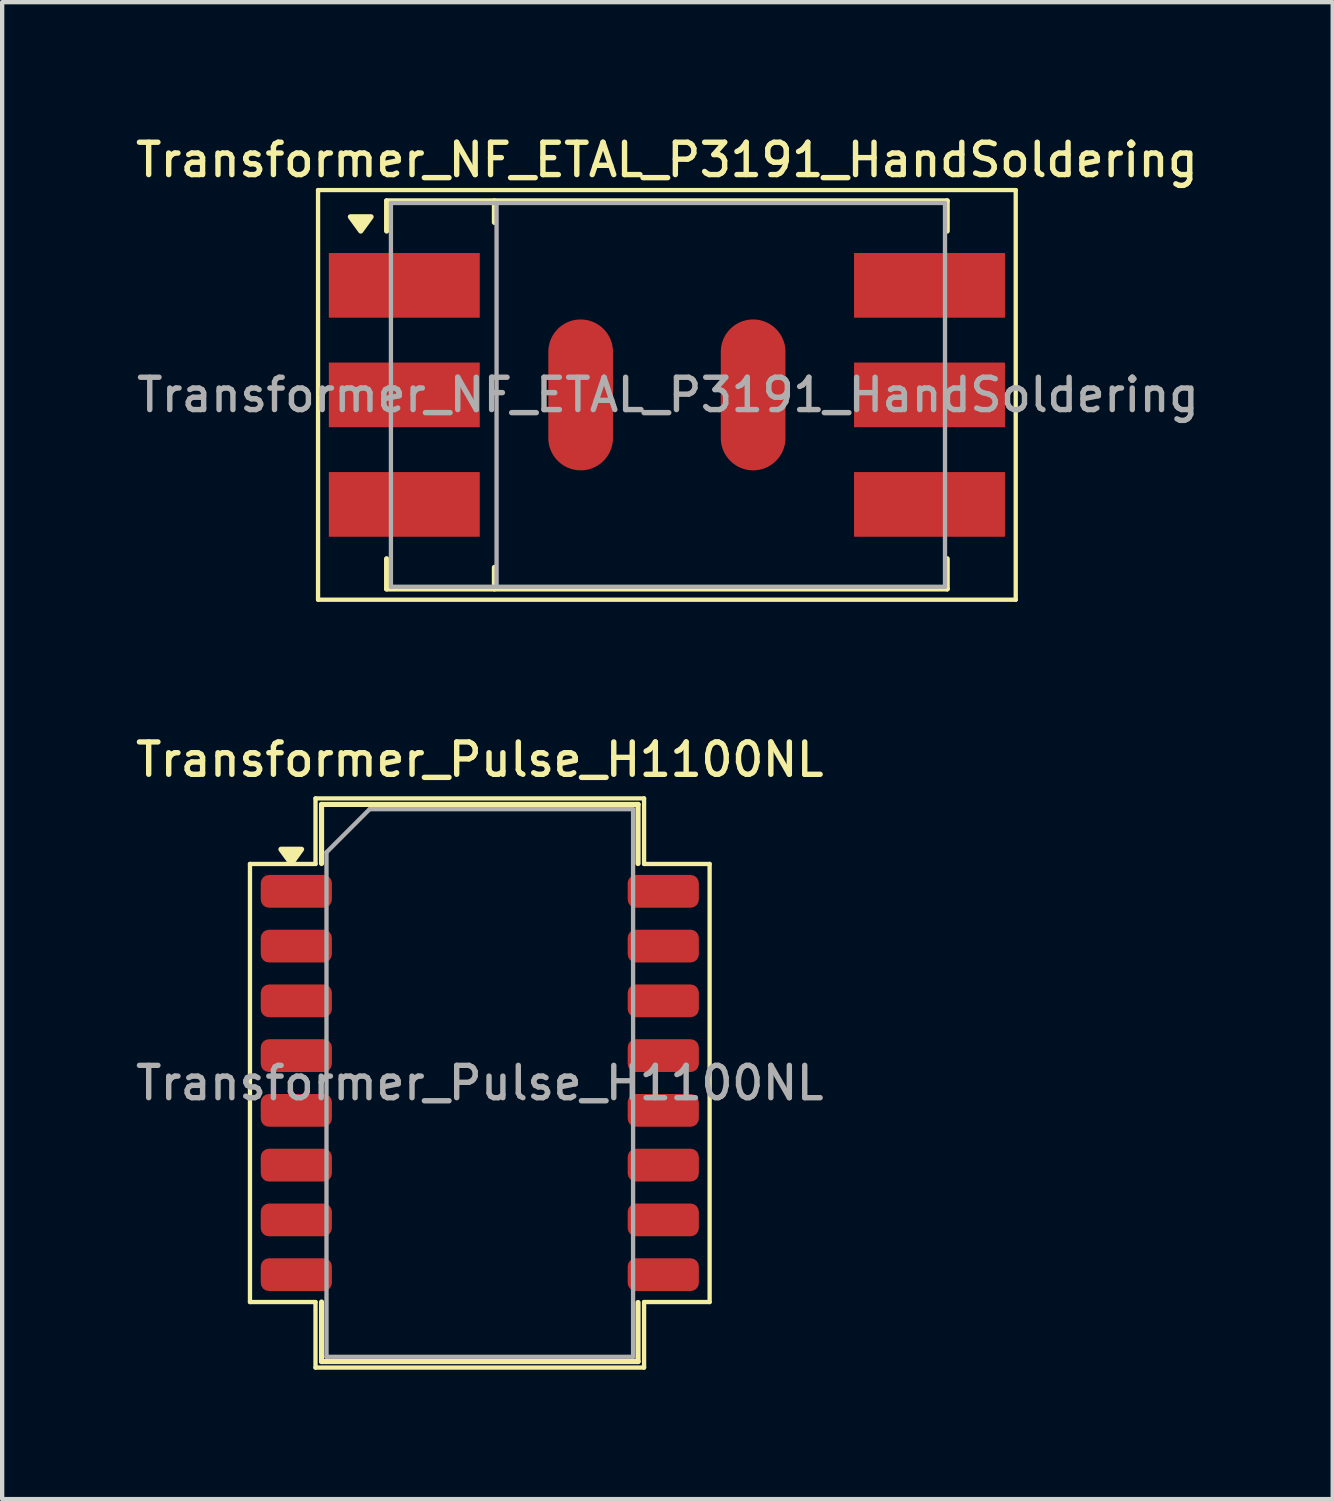
<source format=kicad_pcb>
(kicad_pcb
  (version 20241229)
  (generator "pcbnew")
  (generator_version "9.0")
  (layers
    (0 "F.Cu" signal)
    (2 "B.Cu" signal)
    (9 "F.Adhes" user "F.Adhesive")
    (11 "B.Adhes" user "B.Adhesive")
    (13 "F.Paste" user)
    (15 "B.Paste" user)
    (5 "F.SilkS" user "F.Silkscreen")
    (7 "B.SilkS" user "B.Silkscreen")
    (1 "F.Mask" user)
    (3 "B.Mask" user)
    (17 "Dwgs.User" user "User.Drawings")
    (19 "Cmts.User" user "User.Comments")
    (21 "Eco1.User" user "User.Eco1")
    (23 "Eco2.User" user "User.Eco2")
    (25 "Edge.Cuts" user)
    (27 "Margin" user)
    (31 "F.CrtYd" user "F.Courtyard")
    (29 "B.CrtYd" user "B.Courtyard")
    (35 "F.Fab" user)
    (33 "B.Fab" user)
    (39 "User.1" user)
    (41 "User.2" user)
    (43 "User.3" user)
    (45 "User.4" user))
  (footprint "Transformer_NF_ETAL_P3191_HandSoldering"
    (layer "F.Cu")
    (at 12.416 6.108)
    (property "Reference" "Transformer_NF_ETAL_P3191_HandSoldering" (at 0 -5.45 0) (layer "F.SilkS") (effects (font (size 0.75 0.75) (thickness 0.125))))
    (attr smd)
    (fp_line (start -8.09 -4.75) (end -8.09 4.75) (stroke (width 0.1) (type solid)) (layer "F.SilkS"))
    (fp_line (start -8.09 -4.75) (end 8.09 -4.75) (stroke (width 0.1) (type solid)) (layer "F.SilkS"))
    (fp_line (start -6.5 -4.5) (end -6.5 -3.8) (stroke (width 0.12) (type solid)) (layer "F.SilkS"))
    (fp_line (start -6.5 3.8) (end -6.5 4.5) (stroke (width 0.12) (type solid)) (layer "F.SilkS"))
    (fp_line (start -6.5 4.5) (end 6.5 4.5) (stroke (width 0.12) (type solid)) (layer "F.SilkS"))
    (fp_line (start -4 -4.5) (end -4 -4) (stroke (width 0.12) (type solid)) (layer "F.SilkS"))
    (fp_line (start -4 4.5) (end -4 4) (stroke (width 0.12) (type solid)) (layer "F.SilkS"))
    (fp_line (start 6.5 -4.5) (end -6.5 -4.5) (stroke (width 0.12) (type solid)) (layer "F.SilkS"))
    (fp_line (start 6.5 -4.5) (end 6.5 -3.8) (stroke (width 0.12) (type solid)) (layer "F.SilkS"))
    (fp_line (start 6.5 3.8) (end 6.5 4.5) (stroke (width 0.12) (type solid)) (layer "F.SilkS"))
    (fp_line (start 8.09 4.75) (end -8.09 4.75) (stroke (width 0.1) (type solid)) (layer "F.SilkS"))
    (fp_line (start 8.09 4.75) (end 8.09 -4.75) (stroke (width 0.1) (type solid)) (layer "F.SilkS"))
    (fp_poly (pts (xy -7.1 -3.8) (xy -7.34 -4.13) (xy -6.86 -4.13) (xy -7.1 -3.8)) (stroke (width 0.12) (type solid)) (fill yes) (layer "F.SilkS"))
    (fp_line (start -6.4 -4.45) (end -6.4 4.45) (stroke (width 0.1) (type solid)) (layer "F.Fab"))
    (fp_line (start -6.4 4.45) (end 6.45 4.45) (stroke (width 0.1) (type solid)) (layer "F.Fab"))
    (fp_line (start -3.95 -4.45) (end -3.95 4.45) (stroke (width 0.1) (type solid)) (layer "F.Fab"))
    (fp_line (start 6.45 -4.45) (end -6.4 -4.45) (stroke (width 0.1) (type solid)) (layer "F.Fab"))
    (fp_line (start 6.45 4.45) (end 6.45 -4.45) (stroke (width 0.1) (type solid)) (layer "F.Fab"))
    (fp_text user "${REFERENCE}" (at 0.025 0 0) (layer "F.Fab") (effects (font (size 0.75 0.75) (thickness 0.125))))
    (pad "1" smd rect (at -6.09 -2.54) (size 3.5 1.5) (layers "F.Cu" "F.Mask" "F.Paste"))
    (pad "2" smd rect (at -6.09 0) (size 3.5 1.5) (layers "F.Cu" "F.Mask" "F.Paste"))
    (pad "2" smd rect (at -6.09 2.54) (size 3.5 1.5) (layers "F.Cu" "F.Mask" "F.Paste"))
    (pad "3" smd rect (at 6.09 2.54) (size 3.5 1.5) (layers "F.Cu" "F.Mask" "F.Paste"))
    (pad "4" smd rect (at 6.09 0) (size 3.5 1.5) (layers "F.Cu" "F.Mask" "F.Paste"))
    (pad "5" smd rect (at 6.09 -2.54) (size 3.5 1.5) (layers "F.Cu" "F.Mask" "F.Paste"))
    (pad "7" smd oval (at -2 0 90) (size 3.5 1.5) (layers "F.Cu" "F.Mask" "F.Paste"))
    (pad "7" smd oval (at 2 0 90) (size 3.5 1.5) (layers "F.Cu" "F.Mask" "F.Paste")))
  (footprint "Transformer_Pulse_H1100NL"
    (layer "F.Cu")
    (at 8.077 22.066)
    (property "Reference" "Transformer_Pulse_H1100NL" (at 0 -7.5 0) (layer "F.SilkS") (effects (font (size 0.75 0.75) (thickness 0.125))))
    (attr smd)
    (fp_line (start -5.33 -5.08) (end -3.81 -5.08) (stroke (width 0.1) (type solid)) (layer "F.SilkS"))
    (fp_line (start -5.33 5.08) (end -5.33 -5.08) (stroke (width 0.1) (type solid)) (layer "F.SilkS"))
    (fp_line (start -5.33 5.08) (end -3.81 5.08) (stroke (width 0.1) (type solid)) (layer "F.SilkS"))
    (fp_line (start -3.81 -6.6) (end -3.81 -5.08) (stroke (width 0.1) (type solid)) (layer "F.SilkS"))
    (fp_line (start -3.81 -6.6) (end 3.81 -6.6) (stroke (width 0.1) (type solid)) (layer "F.SilkS"))
    (fp_line (start -3.81 6.6) (end -3.81 5.08) (stroke (width 0.1) (type solid)) (layer "F.SilkS"))
    (fp_line (start -3.81 6.6) (end 3.81 6.6) (stroke (width 0.1) (type solid)) (layer "F.SilkS"))
    (fp_line (start -3.67 -6.46) (end -3.67 -5.09) (stroke (width 0.12) (type solid)) (layer "F.SilkS"))
    (fp_line (start -3.67 6.46) (end -3.67 5.08) (stroke (width 0.12) (type solid)) (layer "F.SilkS"))
    (fp_line (start 3.67 -6.46) (end -3.67 -6.46) (stroke (width 0.12) (type solid)) (layer "F.SilkS"))
    (fp_line (start 3.67 -5.09) (end 3.67 -6.46) (stroke (width 0.12) (type solid)) (layer "F.SilkS"))
    (fp_line (start 3.67 6.46) (end -3.67 6.46) (stroke (width 0.12) (type solid)) (layer "F.SilkS"))
    (fp_line (start 3.67 6.46) (end 3.67 5.09) (stroke (width 0.12) (type solid)) (layer "F.SilkS"))
    (fp_line (start 3.81 -6.6) (end 3.81 -5.08) (stroke (width 0.1) (type solid)) (layer "F.SilkS"))
    (fp_line (start 3.81 6.6) (end 3.81 5.08) (stroke (width 0.1) (type solid)) (layer "F.SilkS"))
    (fp_line (start 5.33 -5.08) (end 3.81 -5.08) (stroke (width 0.1) (type solid)) (layer "F.SilkS"))
    (fp_line (start 5.33 -5.08) (end 5.33 5.08) (stroke (width 0.1) (type solid)) (layer "F.SilkS"))
    (fp_line (start 5.33 5.08) (end 3.81 5.08) (stroke (width 0.1) (type solid)) (layer "F.SilkS"))
    (fp_poly (pts (xy -4.372 -5.09) (xy -4.612 -5.42) (xy -4.133 -5.42) (xy -4.372 -5.09)) (stroke (width 0.12) (type solid)) (fill yes) (layer "F.SilkS"))
    (fp_line (start -3.555 -5.35) (end -3.555 6.35) (stroke (width 0.1) (type solid)) (layer "F.Fab"))
    (fp_line (start -3.555 -5.35) (end -2.555 -6.35) (stroke (width 0.1) (type solid)) (layer "F.Fab"))
    (fp_line (start -3.555 6.35) (end 3.555 6.35) (stroke (width 0.1) (type solid)) (layer "F.Fab"))
    (fp_line (start -2.555 -6.35) (end 3.555 -6.35) (stroke (width 0.1) (type solid)) (layer "F.Fab"))
    (fp_line (start 3.555 -6.35) (end 3.555 6.35) (stroke (width 0.1) (type solid)) (layer "F.Fab"))
    (fp_text user "${REFERENCE}" (at 0 0 0) (layer "F.Fab") (effects (font (size 0.75 0.75) (thickness 0.125))))
    (pad "1" smd roundrect (at -4.255 -4.445) (size 1.65 0.76) (layers "F.Cu" "F.Mask" "F.Paste") (roundrect_rratio 0.25))
    (pad "2" smd roundrect (at -4.255 -3.175) (size 1.65 0.76) (layers "F.Cu" "F.Mask" "F.Paste") (roundrect_rratio 0.25))
    (pad "3" smd roundrect (at -4.255 -1.905) (size 1.65 0.76) (layers "F.Cu" "F.Mask" "F.Paste") (roundrect_rratio 0.25))
    (pad "4" smd roundrect (at -4.255 -0.635) (size 1.65 0.76) (layers "F.Cu" "F.Mask" "F.Paste") (roundrect_rratio 0.25))
    (pad "5" smd roundrect (at -4.255 0.635) (size 1.65 0.76) (layers "F.Cu" "F.Mask" "F.Paste") (roundrect_rratio 0.25))
    (pad "6" smd roundrect (at -4.255 1.905) (size 1.65 0.76) (layers "F.Cu" "F.Mask" "F.Paste") (roundrect_rratio 0.25))
    (pad "7" smd roundrect (at -4.255 3.175) (size 1.65 0.76) (layers "F.Cu" "F.Mask" "F.Paste") (roundrect_rratio 0.25))
    (pad "8" smd roundrect (at -4.255 4.445) (size 1.65 0.76) (layers "F.Cu" "F.Mask" "F.Paste") (roundrect_rratio 0.25))
    (pad "9" smd roundrect (at 4.255 4.445) (size 1.65 0.76) (layers "F.Cu" "F.Mask" "F.Paste") (roundrect_rratio 0.25))
    (pad "10" smd roundrect (at 4.255 3.175) (size 1.65 0.76) (layers "F.Cu" "F.Mask" "F.Paste") (roundrect_rratio 0.25))
    (pad "11" smd roundrect (at 4.255 1.905) (size 1.65 0.76) (layers "F.Cu" "F.Mask" "F.Paste") (roundrect_rratio 0.25))
    (pad "12" smd roundrect (at 4.255 0.635) (size 1.65 0.76) (layers "F.Cu" "F.Mask" "F.Paste") (roundrect_rratio 0.25))
    (pad "13" smd roundrect (at 4.255 -0.635) (size 1.65 0.76) (layers "F.Cu" "F.Mask" "F.Paste") (roundrect_rratio 0.25))
    (pad "14" smd roundrect (at 4.255 -1.905) (size 1.65 0.76) (layers "F.Cu" "F.Mask" "F.Paste") (roundrect_rratio 0.25))
    (pad "15" smd roundrect (at 4.255 -3.175) (size 1.65 0.76) (layers "F.Cu" "F.Mask" "F.Paste") (roundrect_rratio 0.25))
    (pad "16" smd roundrect (at 4.255 -4.445) (size 1.65 0.76) (layers "F.Cu" "F.Mask" "F.Paste") (roundrect_rratio 0.25)))
  (gr_rect
    (start -3 -3)
    (end 27.857 31.716)
    (stroke (width 0.1) (type default))
    (fill no)
    (layer "Edge.Cuts")))
</source>
